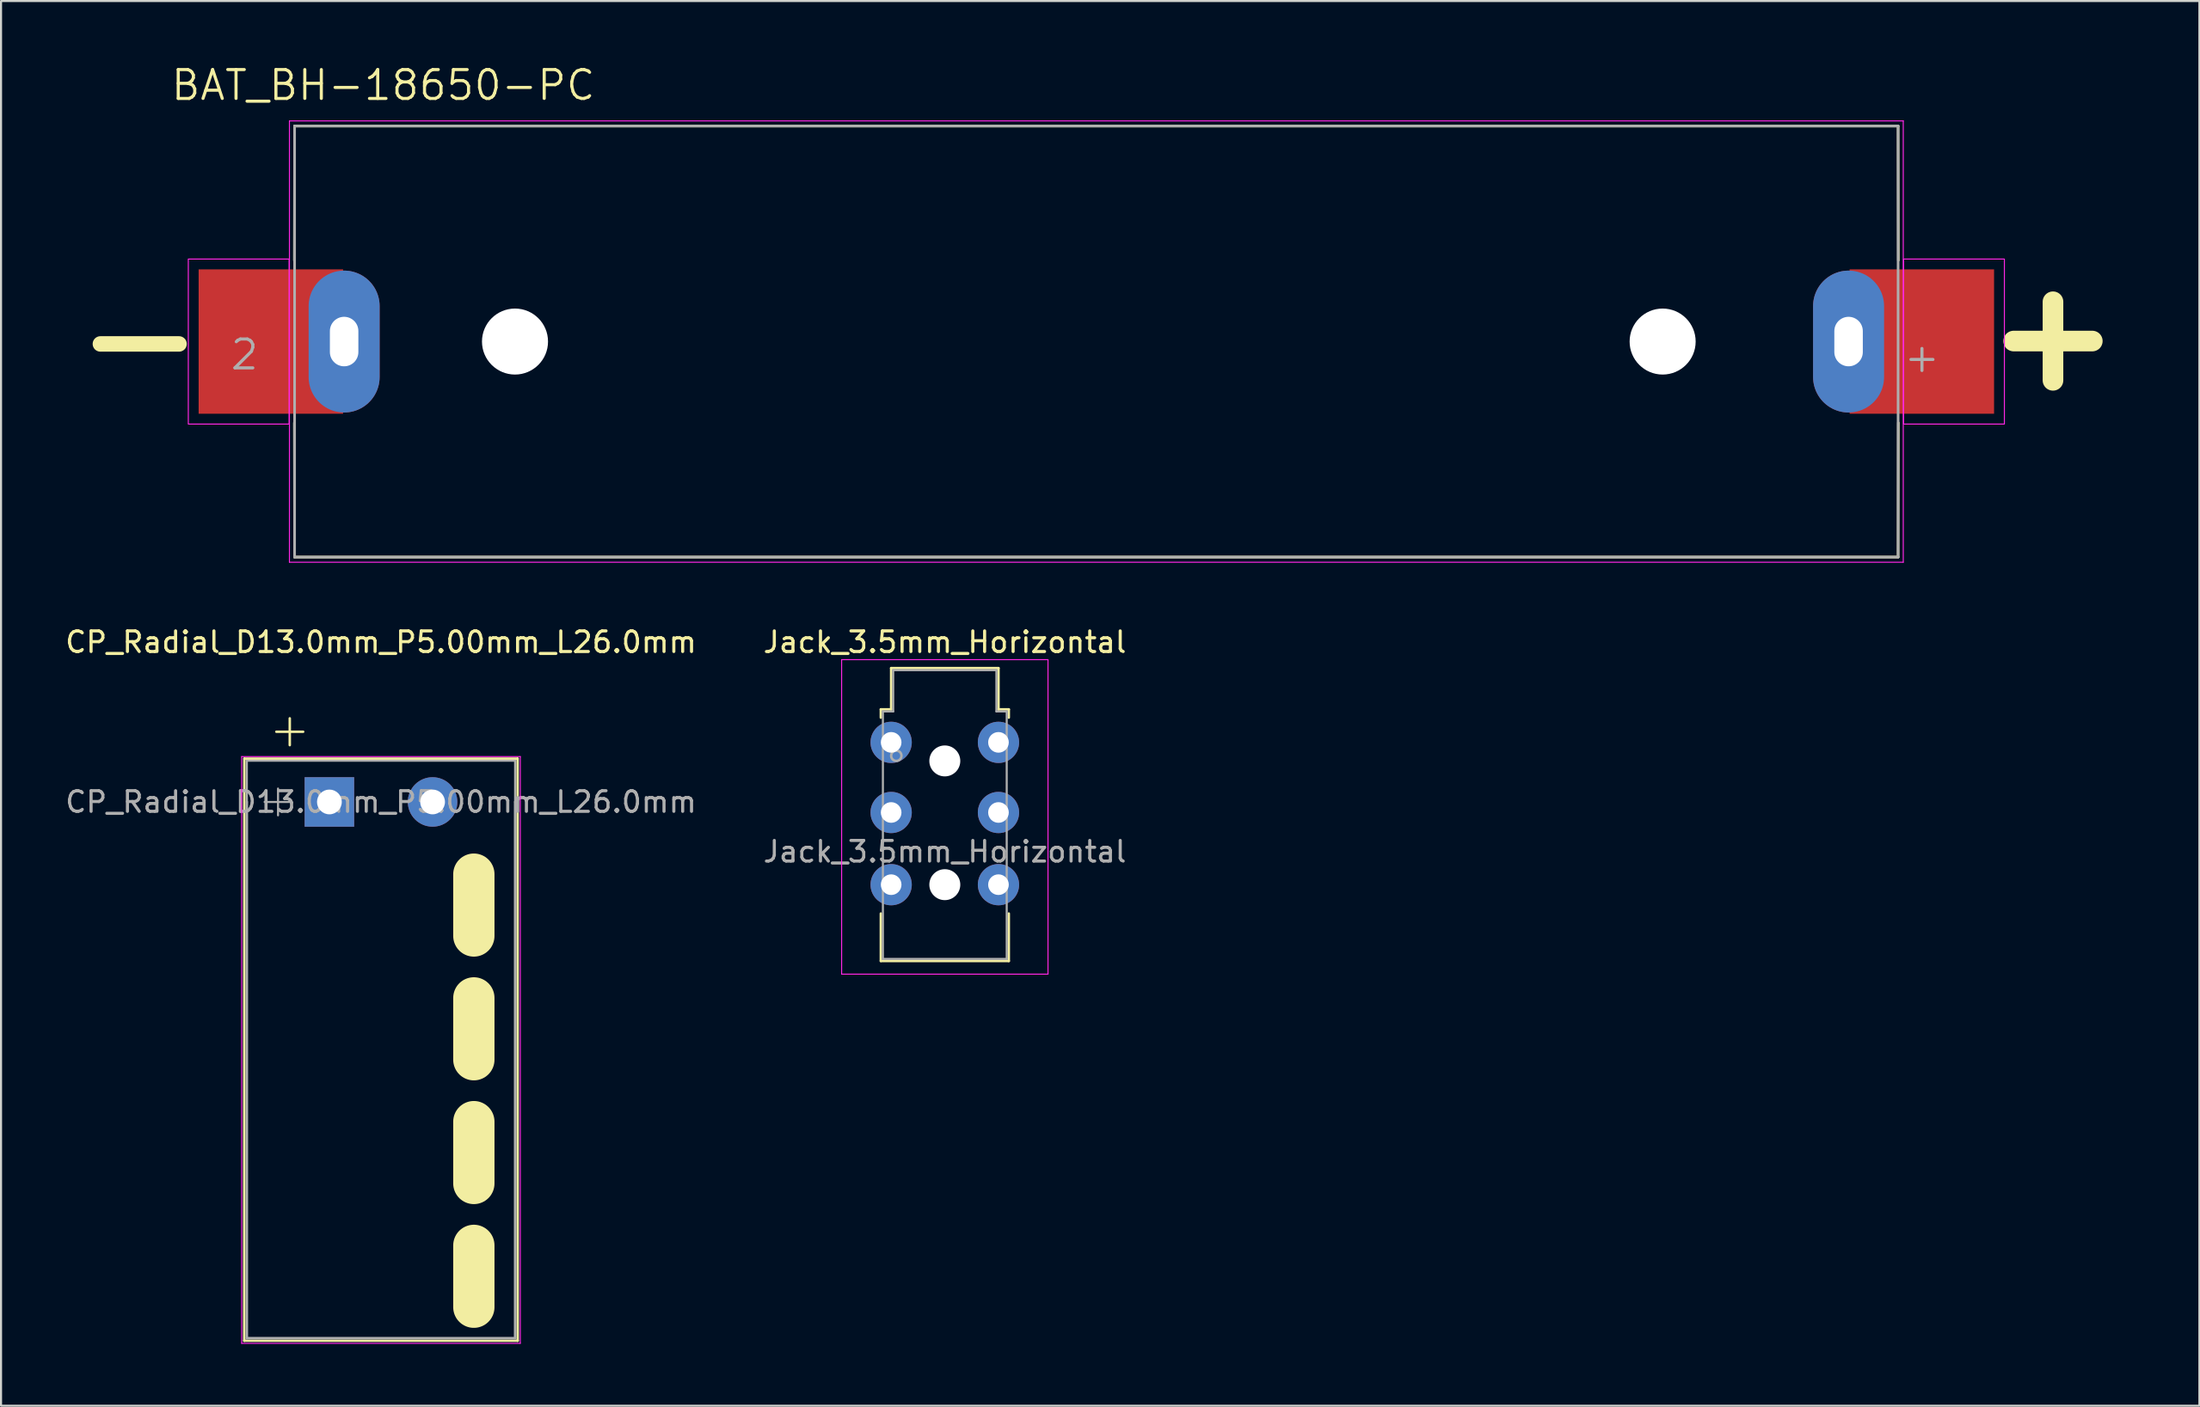
<source format=kicad_pcb>
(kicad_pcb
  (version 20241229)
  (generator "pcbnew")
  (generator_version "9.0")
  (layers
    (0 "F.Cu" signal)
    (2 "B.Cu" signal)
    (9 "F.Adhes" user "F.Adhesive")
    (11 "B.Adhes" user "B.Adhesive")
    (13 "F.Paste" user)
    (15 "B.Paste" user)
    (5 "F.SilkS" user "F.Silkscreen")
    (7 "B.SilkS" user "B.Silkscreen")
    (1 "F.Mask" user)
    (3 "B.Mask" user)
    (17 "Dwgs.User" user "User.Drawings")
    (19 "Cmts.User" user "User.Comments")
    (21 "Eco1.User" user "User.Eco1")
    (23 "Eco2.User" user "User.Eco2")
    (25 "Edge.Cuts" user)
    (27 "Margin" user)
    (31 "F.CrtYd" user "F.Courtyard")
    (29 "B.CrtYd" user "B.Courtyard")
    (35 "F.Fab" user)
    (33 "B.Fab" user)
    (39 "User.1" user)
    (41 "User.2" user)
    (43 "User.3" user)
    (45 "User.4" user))
  (footprint "CP_Radial_D13.0mm_P5.00mm_L26.0mm"
    (layer "F.Cu")
    (at 12.911 35.834)
    (property "Reference" "CP_Radial_D13.0mm_P5.00mm_L26.0mm" (at 2.5 -7.75 0) (layer "F.SilkS") (effects (font (size 1 1) (thickness 0.15))))
    (attr through_hole)
    (fp_line (start -4.125 26.125) (end 9.125 26.125) (stroke (width 0.12) (type solid)) (layer "F.SilkS"))
    (fp_line (start -4.12 -2.1) (end -4.125 26.125) (stroke (width 0.12) (type solid)) (layer "F.SilkS"))
    (fp_line (start -4.12 -2.1) (end 9.12 -2.1) (stroke (width 0.12) (type solid)) (layer "F.SilkS"))
    (fp_line (start -2.57 -3.404) (end -1.27 -3.404) (stroke (width 0.12) (type solid)) (layer "F.SilkS"))
    (fp_line (start -1.92 -4.054) (end -1.92 -2.754) (stroke (width 0.12) (type solid)) (layer "F.SilkS"))
    (fp_line (start 7 3.5) (end 7 6.5) (stroke (width 2) (type solid)) (layer "F.SilkS"))
    (fp_line (start 7 9.5) (end 7 12.5) (stroke (width 2) (type solid)) (layer "F.SilkS"))
    (fp_line (start 7 15.5) (end 7 18.5) (stroke (width 2) (type solid)) (layer "F.SilkS"))
    (fp_line (start 7 21.5) (end 7 24.5) (stroke (width 2) (type solid)) (layer "F.SilkS"))
    (fp_line (start 9.125 26.125) (end 9.12 -2.1) (stroke (width 0.12) (type solid)) (layer "F.SilkS"))
    (fp_line (start -4.25 -2.2) (end -4.25 26.25) (stroke (width 0.05) (type solid)) (layer "F.CrtYd"))
    (fp_line (start -4.25 26.25) (end 9.25 26.25) (stroke (width 0.05) (type solid)) (layer "F.CrtYd"))
    (fp_line (start 9.25 -2.2) (end -4.25 -2.2) (stroke (width 0.05) (type solid)) (layer "F.CrtYd"))
    (fp_line (start 9.25 26.25) (end 9.25 -2.2) (stroke (width 0.05) (type solid)) (layer "F.CrtYd"))
    (fp_line (start -4 -2) (end 9 -2) (stroke (width 0.1) (type solid)) (layer "F.Fab"))
    (fp_line (start -4 0) (end -4 -2) (stroke (width 0.1) (type solid)) (layer "F.Fab"))
    (fp_line (start -4 0) (end -4 26) (stroke (width 0.12) (type solid)) (layer "F.Fab"))
    (fp_line (start -4 26) (end 9 26) (stroke (width 0.12) (type solid)) (layer "F.Fab"))
    (fp_line (start -3.139 0) (end -1.839 0) (stroke (width 0.1) (type solid)) (layer "F.Fab"))
    (fp_line (start -2.489 -0.65) (end -2.489 0.65) (stroke (width 0.1) (type solid)) (layer "F.Fab"))
    (fp_line (start 9 -2) (end 9 0) (stroke (width 0.1) (type solid)) (layer "F.Fab"))
    (fp_line (start 9 26) (end 9 0) (stroke (width 0.12) (type solid)) (layer "F.Fab"))
    (fp_text user "${REFERENCE}" (at 2.5 0 0) (layer "F.Fab") (effects (font (size 1 1) (thickness 0.15))))
    (pad "1" thru_hole rect (at 0 0) (size 2.4 2.4) (drill 1.2) (layers "*.Cu" "*.Mask"))
    (pad "2" thru_hole circle (at 5 0) (size 2.4 2.4) (drill 1.2) (layers "*.Cu" "*.Mask")))
  (footprint "BAT_BH-18650-PC"
    (layer "F.Cu")
    (at 50.075 13.511)
    (property "Reference" "BAT_BH-18650-PC" (at -34.555 -12.429 0) (layer "F.SilkS") (effects (font (size 1.4 1.4) (thickness 0.15))))
    (attr through_hole)
    (fp_line (start -38.85 -10.45) (end -38.862 -3.937) (stroke (width 0.12) (type solid)) (layer "F.SilkS"))
    (fp_line (start -38.85 10.45) (end -38.862 3.937) (stroke (width 0.12) (type solid)) (layer "F.SilkS"))
    (fp_line (start -38.85 10.45) (end 38.85 10.45) (stroke (width 0.127) (type solid)) (layer "F.SilkS"))
    (fp_line (start 38.85 -10.45) (end -38.85 -10.45) (stroke (width 0.127) (type solid)) (layer "F.SilkS"))
    (fp_line (start 38.85 -10.45) (end 38.862 -3.937) (stroke (width 0.12) (type solid)) (layer "F.SilkS"))
    (fp_line (start 38.85 10.45) (end 38.862 3.937) (stroke (width 0.12) (type solid)) (layer "F.SilkS"))
    (fp_line (start -39.1 -10.7) (end -39.1 10.7) (stroke (width 0.05) (type solid)) (layer "F.CrtYd"))
    (fp_line (start -39.1 10.7) (end 39.1 10.7) (stroke (width 0.05) (type solid)) (layer "F.CrtYd"))
    (fp_line (start 39.1 -10.7) (end -39.1 -10.7) (stroke (width 0.05) (type solid)) (layer "F.CrtYd"))
    (fp_line (start 39.1 10.7) (end 39.1 -10.7) (stroke (width 0.05) (type solid)) (layer "F.CrtYd"))
    (fp_rect (start -39.116 -4) (end -44 4) (stroke (width 0.05) (type solid)) (fill no) (layer "F.CrtYd"))
    (fp_rect (start 39.116 -4) (end 44 4) (stroke (width 0.05) (type solid)) (fill no) (layer "F.CrtYd"))
    (fp_line (start -38.85 -10.45) (end -38.85 10.45) (stroke (width 0.127) (type solid)) (layer "F.Fab"))
    (fp_line (start -38.85 10.45) (end 38.85 10.45) (stroke (width 0.127) (type solid)) (layer "F.Fab"))
    (fp_line (start 38.85 -10.45) (end -38.85 -10.45) (stroke (width 0.127) (type solid)) (layer "F.Fab"))
    (fp_line (start 38.85 10.45) (end 38.85 -10.45) (stroke (width 0.127) (type solid)) (layer "F.Fab"))
    (fp_text user "-" (at -46.355 -0.254 0) (layer "F.SilkS") (effects (font (size 5 5) (thickness 0.75))))
    (fp_text user "+" (at 46.355 -0.381 0) (layer "F.SilkS") (effects (font (size 5 5) (thickness 1))))
    (fp_text user "+" (at 40.005 0.762 0) (layer "F.Fab") (effects (font (size 1.4 1.4) (thickness 0.15))))
    (fp_text user "2" (at -41.275 0.635 0) (layer "F.Fab") (effects (font (size 1.4 1.4) (thickness 0.15))))
    (pad "" np_thru_hole circle (at -28.17 0) (size 3.2 3.2) (drill 3.2) (layers "*.Cu" "*.Mask"))
    (pad "" np_thru_hole circle (at 27.44 0) (size 3.2 3.2) (drill 3.2) (layers "*.Cu" "*.Mask"))
    (pad "1" thru_hole oval (at 36.45 0) (size 3.44 6.88) (drill oval 1.38 2.4) (layers "*.Cu" "*.Mask"))
    (pad "1" smd rect (at 40 0) (size 7 7) (layers "F.Cu" "F.Mask" "F.Paste"))
    (pad "2" smd rect (at -40 0) (size 7 7) (layers "F.Cu" "F.Mask" "F.Paste"))
    (pad "2" thru_hole oval (at -36.45 0) (size 3.44 6.88) (drill oval 1.38 2.4) (layers "*.Cu" "*.Mask")))
  (footprint "Jack_3.5mm_Horizontal"
    (layer "F.Cu")
    (at 42.732 38.245)
    (property "Reference" "Jack_3.5mm_Horizontal" (at 0 -10.16 0) (layer "F.SilkS") (effects (font (size 1 1) (thickness 0.15))))
    (attr smd)
    (fp_line (start -3.1 -6.9) (end -2.6 -6.9) (stroke (width 0.12) (type solid)) (layer "F.SilkS"))
    (fp_line (start -3.1 -6.5) (end -3.1 -6.9) (stroke (width 0.12) (type solid)) (layer "F.SilkS"))
    (fp_line (start -3.1 5.3) (end -3.1 3) (stroke (width 0.12) (type solid)) (layer "F.SilkS"))
    (fp_line (start -2.6 -8.9) (end 2.6 -8.9) (stroke (width 0.12) (type solid)) (layer "F.SilkS"))
    (fp_line (start -2.6 -6.9) (end -2.6 -8.9) (stroke (width 0.12) (type solid)) (layer "F.SilkS"))
    (fp_line (start 2.6 -8.9) (end 2.6 -6.9) (stroke (width 0.12) (type solid)) (layer "F.SilkS"))
    (fp_line (start 2.6 -6.9) (end 3.1 -6.9) (stroke (width 0.12) (type solid)) (layer "F.SilkS"))
    (fp_line (start 3.1 -6.9) (end 3.1 -6.5) (stroke (width 0.12) (type solid)) (layer "F.SilkS"))
    (fp_line (start 3.1 5.3) (end -3.1 5.3) (stroke (width 0.12) (type solid)) (layer "F.SilkS"))
    (fp_line (start 3.1 5.3) (end 3.1 3) (stroke (width 0.12) (type solid)) (layer "F.SilkS"))
    (fp_line (start -5 -9.31) (end -5 5.94) (stroke (width 0.05) (type solid)) (layer "F.CrtYd"))
    (fp_line (start -5 -9.31) (end 5 -9.31) (stroke (width 0.05) (type solid)) (layer "F.CrtYd"))
    (fp_line (start -5 5.94) (end 5 5.94) (stroke (width 0.05) (type solid)) (layer "F.CrtYd"))
    (fp_line (start 5 5.94) (end 5 -9.31) (stroke (width 0.05) (type solid)) (layer "F.CrtYd"))
    (fp_line (start -3 -6.8) (end -3 5.2) (stroke (width 0.1) (type solid)) (layer "F.Fab"))
    (fp_line (start -3 5.2) (end 3 5.2) (stroke (width 0.1) (type solid)) (layer "F.Fab"))
    (fp_line (start -2.5 -8.8) (end -2.5 -6.8) (stroke (width 0.1) (type solid)) (layer "F.Fab"))
    (fp_line (start -2.5 -6.8) (end -3 -6.8) (stroke (width 0.1) (type solid)) (layer "F.Fab"))
    (fp_line (start 2.5 -8.8) (end -2.5 -8.8) (stroke (width 0.1) (type solid)) (layer "F.Fab"))
    (fp_line (start 2.5 -6.8) (end 2.5 -8.8) (stroke (width 0.1) (type solid)) (layer "F.Fab"))
    (fp_line (start 3 -6.8) (end 2.5 -6.8) (stroke (width 0.1) (type solid)) (layer "F.Fab"))
    (fp_line (start 3 5.2) (end 3 -6.8) (stroke (width 0.1) (type solid)) (layer "F.Fab"))
    (fp_circle (center -2.35 -4.65) (end -2.1 -4.65) (stroke (width 0.12) (type solid)) (fill no) (layer "F.Fab"))
    (fp_text user "${REFERENCE}" (at 0 0 0) (layer "F.Fab") (effects (font (size 1 1) (thickness 0.15))))
    (pad "" np_thru_hole circle (at 0 -4.4) (size 1.5 1.5) (drill 1.5) (layers "*.Cu" "*.Mask"))
    (pad "" np_thru_hole circle (at 0 1.6) (size 1.5 1.5) (drill 1.5) (layers "*.Cu" "*.Mask"))
    (pad "R" thru_hole circle (at -2.6 -1.9) (size 2 2) (drill 1) (layers "*.Cu" "*.Mask"))
    (pad "R" thru_hole circle (at 2.6 -1.9) (size 2 2) (drill 1) (layers "*.Cu" "*.Mask"))
    (pad "S" thru_hole circle (at -2.6 -5.3) (size 2 2) (drill 1) (layers "*.Cu" "*.Mask"))
    (pad "S" thru_hole circle (at 2.6 -5.3) (size 2 2) (drill 1) (layers "*.Cu" "*.Mask"))
    (pad "T" thru_hole circle (at -2.6 1.6) (size 2 2) (drill 1) (layers "*.Cu" "*.Mask"))
    (pad "T" thru_hole circle (at 2.6 1.6) (size 2 2) (drill 1) (layers "*.Cu" "*.Mask")))
  (gr_rect
    (start -3 -3)
    (end 103.525 65.109)
    (stroke (width 0.1) (type default))
    (fill no)
    (layer "Edge.Cuts")))
</source>
